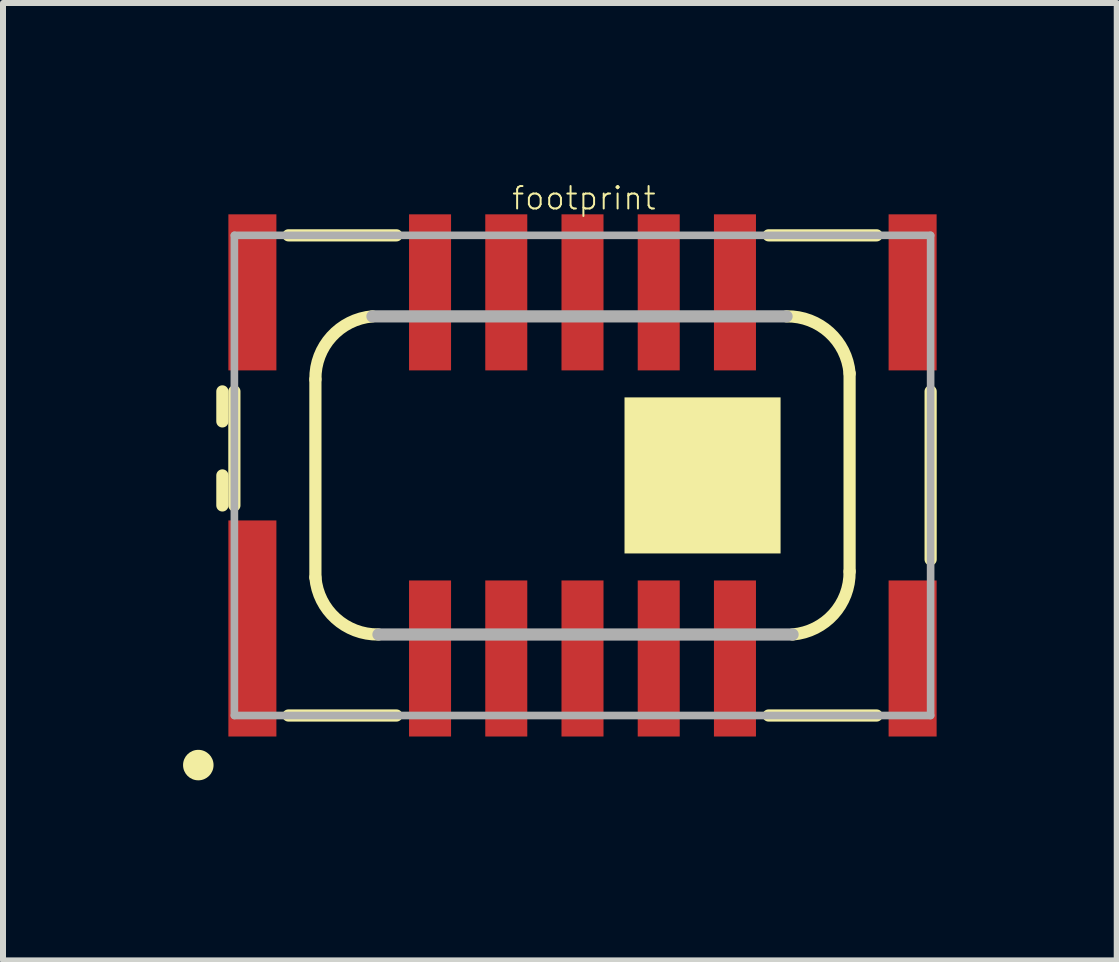
<source format=kicad_pcb>
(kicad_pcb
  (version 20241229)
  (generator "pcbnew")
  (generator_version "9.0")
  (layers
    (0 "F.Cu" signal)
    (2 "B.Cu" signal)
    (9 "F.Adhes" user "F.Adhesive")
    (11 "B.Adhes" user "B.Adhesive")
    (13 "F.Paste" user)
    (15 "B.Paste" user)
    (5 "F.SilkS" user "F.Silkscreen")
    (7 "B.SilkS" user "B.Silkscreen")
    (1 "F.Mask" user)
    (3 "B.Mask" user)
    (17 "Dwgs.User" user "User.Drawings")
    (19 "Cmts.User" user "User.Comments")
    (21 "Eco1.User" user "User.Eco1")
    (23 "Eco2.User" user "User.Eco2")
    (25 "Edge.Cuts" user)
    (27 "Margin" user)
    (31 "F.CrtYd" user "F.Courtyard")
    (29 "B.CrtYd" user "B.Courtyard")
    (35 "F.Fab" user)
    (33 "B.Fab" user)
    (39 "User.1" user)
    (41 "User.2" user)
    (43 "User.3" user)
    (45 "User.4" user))
  (footprint "footprint"
    (layer "F.Cu")
    (at 6.655 4.871)
    (property "Reference" "footprint" (at -1.2 -4.4 0) (layer "F.SilkS") (effects (font (size 0.374 0.374) (thickness 0.033)) (justify left bottom)))
    (fp_line (start -6 -1.4) (end -6 -0.9) (stroke (width 0.203) (type solid)) (layer "F.SilkS"))
    (fp_line (start -6 0) (end -6 0.5) (stroke (width 0.203) (type solid)) (layer "F.SilkS"))
    (fp_line (start -5.8 -1.4) (end -5.8 0.5) (stroke (width 0.203) (type solid)) (layer "F.SilkS"))
    (fp_line (start -4.45 1.7) (end -4.45 -1.6) (stroke (width 0.203) (type solid)) (layer "F.SilkS"))
    (fp_line (start -3.1 -4) (end -4.9 -4) (stroke (width 0.203) (type solid)) (layer "F.SilkS"))
    (fp_line (start -3.1 4) (end -4.9 4) (stroke (width 0.203) (type solid)) (layer "F.SilkS"))
    (fp_line (start 4.45 -1.7) (end 4.45 1.6) (stroke (width 0.203) (type solid)) (layer "F.SilkS"))
    (fp_line (start 4.9 -4) (end 3.1 -4) (stroke (width 0.203) (type solid)) (layer "F.SilkS"))
    (fp_line (start 4.9 4) (end 3.1 4) (stroke (width 0.203) (type solid)) (layer "F.SilkS"))
    (fp_line (start 5.8 -1.4) (end 5.8 1.4) (stroke (width 0.203) (type solid)) (layer "F.SilkS"))
    (fp_arc (start -4.45 -1.6) (mid -4.182112 -2.312388) (end -3.499998 -2.65) (stroke (width 0.2032) (type solid)) (layer "F.SilkS"))
    (fp_arc (start -3.4 2.65) (mid -4.112388 2.382112) (end -4.45 1.699998) (stroke (width 0.2032) (type solid)) (layer "F.SilkS"))
    (fp_arc (start 3.4 -2.65) (mid 4.112388 -2.382112) (end 4.45 -1.699998) (stroke (width 0.2032) (type solid)) (layer "F.SilkS"))
    (fp_arc (start 4.45 1.6) (mid 4.182112 2.312388) (end 3.499998 2.65) (stroke (width 0.2032) (type solid)) (layer "F.SilkS"))
    (fp_circle (center -6.401 4.826) (end -6.274 4.826) (stroke (width 0.254) (type solid)) (fill yes) (layer "F.SilkS"))
    (fp_poly (pts (xy 0.7 1.3) (xy 3.3 1.3) (xy 3.3 -1.3) (xy 0.7 -1.3)) (stroke (width 0) (type solid)) (fill yes) (layer "F.SilkS"))
    (fp_line (start -5.8 -4) (end 5.8 -4) (stroke (width 0.127) (type solid)) (layer "F.Fab"))
    (fp_line (start -5.8 4) (end -5.8 -4) (stroke (width 0.127) (type solid)) (layer "F.Fab"))
    (fp_line (start -3.5 -2.65) (end 3.4 -2.65) (stroke (width 0.203) (type solid)) (layer "F.Fab"))
    (fp_line (start 3.5 2.65) (end -3.4 2.65) (stroke (width 0.203) (type solid)) (layer "F.Fab"))
    (fp_line (start 5.8 -4) (end 5.8 4) (stroke (width 0.127) (type solid)) (layer "F.Fab"))
    (fp_line (start 5.8 4) (end -5.8 4) (stroke (width 0.127) (type solid)) (layer "F.Fab"))
    (pad "1" smd rect (at -5.5 2.55) (size 0.8 3.6) (layers "F.Cu" "F.Mask" "F.Paste"))
    (pad "2" smd rect (at -2.54 3.05) (size 0.7 2.6) (layers "F.Cu" "F.Mask" "F.Paste"))
    (pad "3" smd rect (at -1.27 3.05) (size 0.7 2.6) (layers "F.Cu" "F.Mask" "F.Paste"))
    (pad "4" smd rect (at 0 3.05) (size 0.7 2.6) (layers "F.Cu" "F.Mask" "F.Paste"))
    (pad "5" smd rect (at 1.27 3.05) (size 0.7 2.6) (layers "F.Cu" "F.Mask" "F.Paste"))
    (pad "6" smd rect (at 2.54 3.05) (size 0.7 2.6) (layers "F.Cu" "F.Mask" "F.Paste"))
    (pad "7" smd rect (at 5.5 3.05) (size 0.8 2.6) (layers "F.Cu" "F.Mask" "F.Paste"))
    (pad "8" smd rect (at 5.5 -3.05) (size 0.8 2.6) (layers "F.Cu" "F.Mask" "F.Paste"))
    (pad "9" smd rect (at 2.54 -3.05 180) (size 0.7 2.6) (layers "F.Cu" "F.Mask" "F.Paste"))
    (pad "10" smd rect (at 1.27 -3.05 180) (size 0.7 2.6) (layers "F.Cu" "F.Mask" "F.Paste"))
    (pad "11" smd rect (at 0 -3.05 180) (size 0.7 2.6) (layers "F.Cu" "F.Mask" "F.Paste"))
    (pad "12" smd rect (at -1.27 -3.05 180) (size 0.7 2.6) (layers "F.Cu" "F.Mask" "F.Paste"))
    (pad "13" smd rect (at -2.54 -3.05 180) (size 0.7 2.6) (layers "F.Cu" "F.Mask" "F.Paste"))
    (pad "14" smd rect (at -5.5 -3.05) (size 0.8 2.6) (layers "F.Cu" "F.Mask" "F.Paste")))
  (gr_rect
    (start -3 -3)
    (end 15.556 12.951)
    (stroke (width 0.1) (type default))
    (fill no)
    (layer "Edge.Cuts")))
</source>
